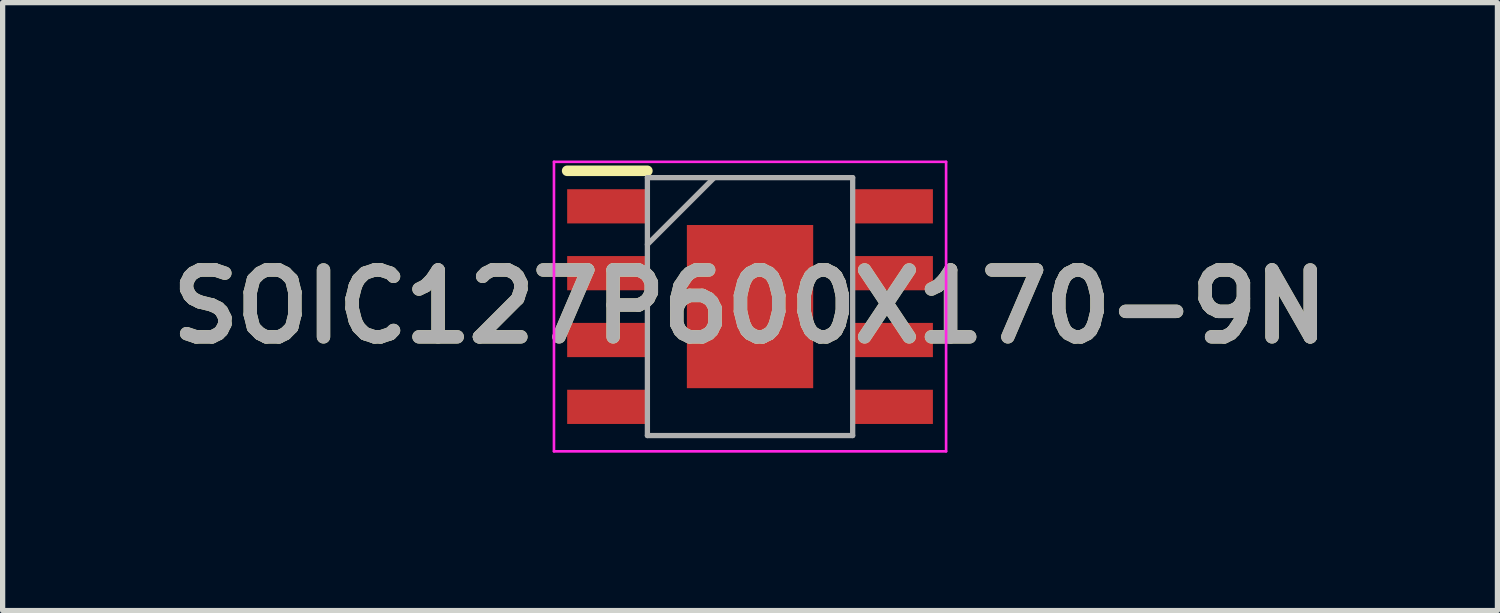
<source format=kicad_pcb>
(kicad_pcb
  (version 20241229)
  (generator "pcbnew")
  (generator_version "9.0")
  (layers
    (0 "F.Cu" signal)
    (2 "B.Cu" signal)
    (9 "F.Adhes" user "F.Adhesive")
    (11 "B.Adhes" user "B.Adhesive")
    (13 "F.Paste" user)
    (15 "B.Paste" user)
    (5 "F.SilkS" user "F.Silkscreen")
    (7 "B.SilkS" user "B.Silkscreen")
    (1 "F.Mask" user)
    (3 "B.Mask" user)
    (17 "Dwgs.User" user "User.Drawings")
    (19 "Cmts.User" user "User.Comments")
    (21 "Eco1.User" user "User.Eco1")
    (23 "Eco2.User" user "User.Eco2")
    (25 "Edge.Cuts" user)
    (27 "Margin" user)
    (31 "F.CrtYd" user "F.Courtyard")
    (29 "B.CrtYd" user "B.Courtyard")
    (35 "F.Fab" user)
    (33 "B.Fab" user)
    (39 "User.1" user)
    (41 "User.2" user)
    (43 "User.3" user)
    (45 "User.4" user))
  (footprint "SOIC127P600X170-9N"
    (layer "F.Cu")
    (at 11.2 2.775)
    (property "Reference" "SOIC127P600X170-9N" (at 0 0 0) (layer "F.SilkS") (effects (font (size 1.27 1.27) (thickness 0.254))))
    (attr smd)
    (fp_line (start -3.475 -2.58) (end -1.95 -2.58) (stroke (width 0.2) (type solid)) (layer "F.SilkS"))
    (fp_line (start -3.725 -2.75) (end 3.725 -2.75) (stroke (width 0.05) (type solid)) (layer "F.CrtYd"))
    (fp_line (start -3.725 2.75) (end -3.725 -2.75) (stroke (width 0.05) (type solid)) (layer "F.CrtYd"))
    (fp_line (start 3.725 -2.75) (end 3.725 2.75) (stroke (width 0.05) (type solid)) (layer "F.CrtYd"))
    (fp_line (start 3.725 2.75) (end -3.725 2.75) (stroke (width 0.05) (type solid)) (layer "F.CrtYd"))
    (fp_line (start -1.95 -2.45) (end 1.95 -2.45) (stroke (width 0.1) (type solid)) (layer "F.Fab"))
    (fp_line (start -1.95 -1.18) (end -0.68 -2.45) (stroke (width 0.1) (type solid)) (layer "F.Fab"))
    (fp_line (start -1.95 2.45) (end -1.95 -2.45) (stroke (width 0.1) (type solid)) (layer "F.Fab"))
    (fp_line (start 1.95 -2.45) (end 1.95 2.45) (stroke (width 0.1) (type solid)) (layer "F.Fab"))
    (fp_line (start 1.95 2.45) (end -1.95 2.45) (stroke (width 0.1) (type solid)) (layer "F.Fab"))
    (fp_text user "${REFERENCE}" (at 0 0 0) (layer "F.Fab") (effects (font (size 1.27 1.27) (thickness 0.254))))
    (pad "1" smd rect (at -2.712 -1.905 90) (size 0.65 1.525) (layers "F.Cu" "F.Mask" "F.Paste"))
    (pad "2" smd rect (at -2.712 -0.635 90) (size 0.65 1.525) (layers "F.Cu" "F.Mask" "F.Paste"))
    (pad "3" smd rect (at -2.712 0.635 90) (size 0.65 1.525) (layers "F.Cu" "F.Mask" "F.Paste"))
    (pad "4" smd rect (at -2.712 1.905 90) (size 0.65 1.525) (layers "F.Cu" "F.Mask" "F.Paste"))
    (pad "5" smd rect (at 2.712 1.905 90) (size 0.65 1.525) (layers "F.Cu" "F.Mask" "F.Paste"))
    (pad "6" smd rect (at 2.712 0.635 90) (size 0.65 1.525) (layers "F.Cu" "F.Mask" "F.Paste"))
    (pad "7" smd rect (at 2.712 -0.635 90) (size 0.65 1.525) (layers "F.Cu" "F.Mask" "F.Paste"))
    (pad "8" smd rect (at 2.712 -1.905 90) (size 0.65 1.525) (layers "F.Cu" "F.Mask" "F.Paste"))
    (pad "9" smd rect (at 0 0) (size 2.4 3.1) (layers "F.Cu" "F.Mask" "F.Paste")))
  (gr_rect
    (start -3 -3)
    (end 25.4 8.55)
    (stroke (width 0.1) (type default))
    (fill no)
    (layer "Edge.Cuts")))
</source>
